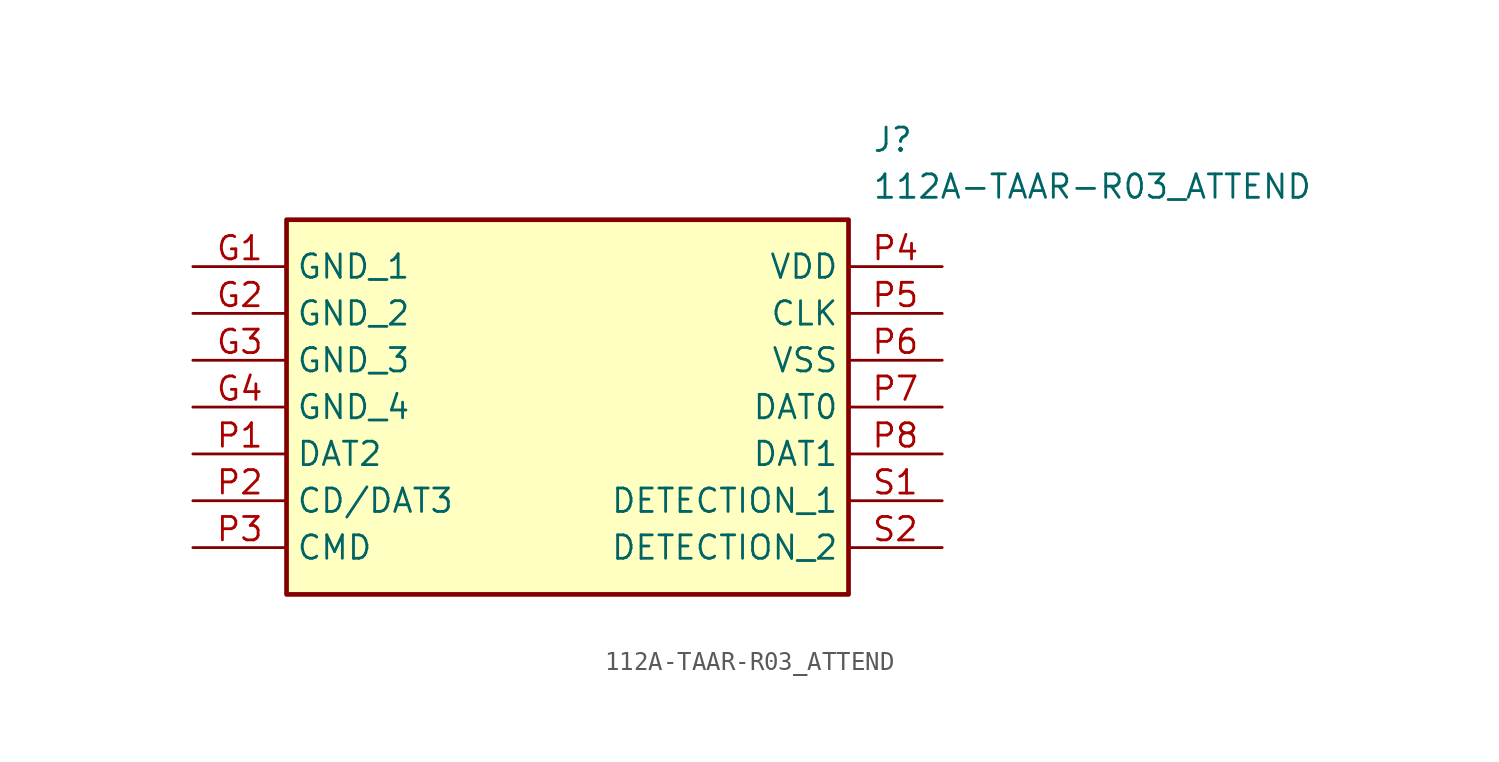
<source format=kicad_sym>
(kicad_symbol_lib
  (version 20211014)
  (generator SamacSys_ECAD_Model)
  (symbol "112A-TAAR-R03_ATTEND"
    (property "Reference" "J"
      (at 36.83 7.62 0)
      (effects (font (size 1.27 1.27)) (justify left top)))
    (property "Value" "112A-TAAR-R03_ATTEND"
      (at 36.83 5.08 0)
      (effects (font (size 1.27 1.27)) (justify left top)))
    (rectangle
      (start 5.08 2.54)
      (end 35.56 -17.78)
      (stroke (width 0.254) (type default))
      (fill (type background)))
    (pin passive line
      (at 0 0 0)
      (length 5.08)
      (name "GND_1" (effects (font (size 1.27 1.27))))
      (number "G1" (effects (font (size 1.27 1.27)))))
    (pin passive line
      (at 0 -2.54 0)
      (length 5.08)
      (name "GND_2" (effects (font (size 1.27 1.27))))
      (number "G2" (effects (font (size 1.27 1.27)))))
    (pin passive line
      (at 0 -5.08 0)
      (length 5.08)
      (name "GND_3" (effects (font (size 1.27 1.27))))
      (number "G3" (effects (font (size 1.27 1.27)))))
    (pin passive line
      (at 0 -7.62 0)
      (length 5.08)
      (name "GND_4" (effects (font (size 1.27 1.27))))
      (number "G4" (effects (font (size 1.27 1.27)))))
    (pin passive line
      (at 0 -10.16 0)
      (length 5.08)
      (name "DAT2" (effects (font (size 1.27 1.27))))
      (number "P1" (effects (font (size 1.27 1.27)))))
    (pin passive line
      (at 0 -12.7 0)
      (length 5.08)
      (name "CD/DAT3" (effects (font (size 1.27 1.27))))
      (number "P2" (effects (font (size 1.27 1.27)))))
    (pin passive line
      (at 0 -15.24 0)
      (length 5.08)
      (name "CMD" (effects (font (size 1.27 1.27))))
      (number "P3" (effects (font (size 1.27 1.27)))))
    (pin passive line
      (at 40.64 0 180)
      (length 5.08)
      (name "VDD" (effects (font (size 1.27 1.27))))
      (number "P4" (effects (font (size 1.27 1.27)))))
    (pin passive line
      (at 40.64 -2.54 180)
      (length 5.08)
      (name "CLK" (effects (font (size 1.27 1.27))))
      (number "P5" (effects (font (size 1.27 1.27)))))
    (pin passive line
      (at 40.64 -5.08 180)
      (length 5.08)
      (name "VSS" (effects (font (size 1.27 1.27))))
      (number "P6" (effects (font (size 1.27 1.27)))))
    (pin passive line
      (at 40.64 -7.62 180)
      (length 5.08)
      (name "DAT0" (effects (font (size 1.27 1.27))))
      (number "P7" (effects (font (size 1.27 1.27)))))
    (pin passive line
      (at 40.64 -10.16 180)
      (length 5.08)
      (name "DAT1" (effects (font (size 1.27 1.27))))
      (number "P8" (effects (font (size 1.27 1.27)))))
    (pin passive line
      (at 40.64 -12.7 180)
      (length 5.08)
      (name "DETECTION_1" (effects (font (size 1.27 1.27))))
      (number "S1" (effects (font (size 1.27 1.27)))))
    (pin passive line
      (at 40.64 -15.24 180)
      (length 5.08)
      (name "DETECTION_2" (effects (font (size 1.27 1.27))))
      (number "S2" (effects (font (size 1.27 1.27)))))))
</source>
